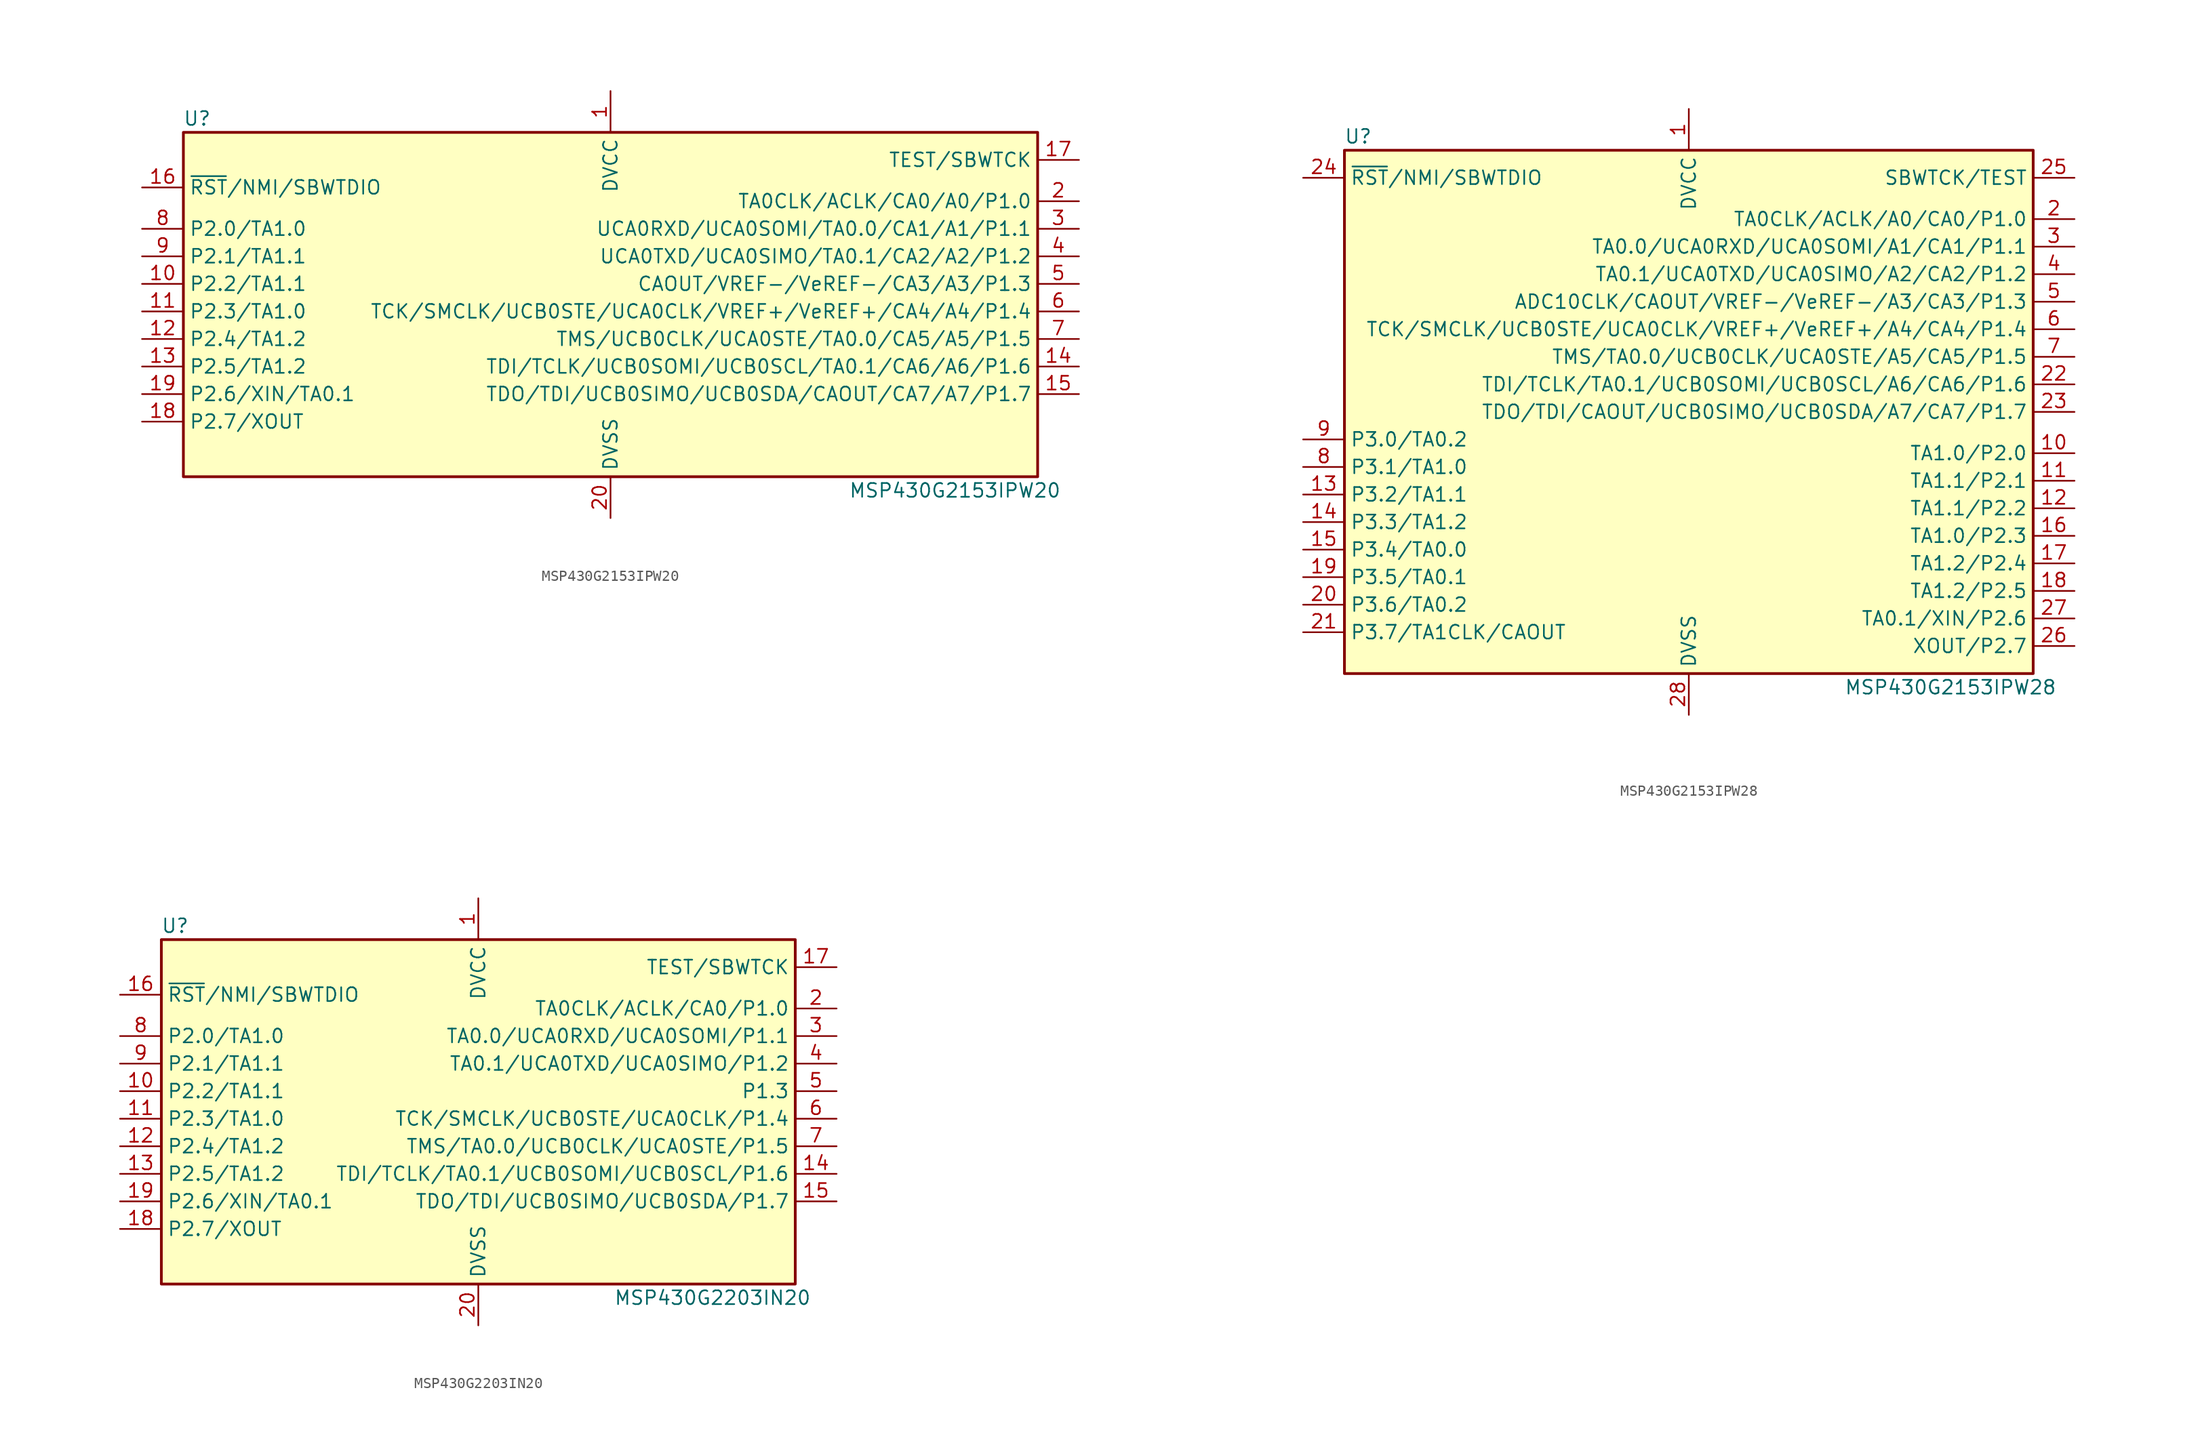
<source format=kicad_sym>
(kicad_symbol_lib
  (version 20201005)
  (generator kicad_symbol_editor)
  (symbol "MSP430G2153IPW20"
    (property "Reference" "U"
      (at -38.1 17.78 0)
      (effects (font (size 1.27 1.27))))
    (property "Value" "MSP430G2153IPW20"
      (at 31.75 -16.51 0)
      (effects (font (size 1.27 1.27))))
    (symbol "MSP430G2153IPW20_0_1"
      (rectangle (start -39.37 16.51) (end 39.37 -15.24) (stroke (width 0.254)) (fill (type background))))
    (symbol "MSP430G2153IPW20_1_1"
      (pin power_in line (at 0 20.32 270) (length 3.81) (name "DVCC" (effects (font (size 1.27 1.27)))) (number "1" (effects (font (size 1.27 1.27)))))
      (pin bidirectional line (at -43.18 2.54 0) (length 3.81) (name "P2.2/TA1.1" (effects (font (size 1.27 1.27)))) (number "10" (effects (font (size 1.27 1.27)))))
      (pin bidirectional line (at -43.18 0 0) (length 3.81) (name "P2.3/TA1.0" (effects (font (size 1.27 1.27)))) (number "11" (effects (font (size 1.27 1.27)))))
      (pin bidirectional line (at -43.18 -2.54 0) (length 3.81) (name "P2.4/TA1.2" (effects (font (size 1.27 1.27)))) (number "12" (effects (font (size 1.27 1.27)))))
      (pin bidirectional line (at -43.18 -5.08 0) (length 3.81) (name "P2.5/TA1.2" (effects (font (size 1.27 1.27)))) (number "13" (effects (font (size 1.27 1.27)))))
      (pin bidirectional line (at 43.18 -5.08 180) (length 3.81) (name "TDI/TCLK/UCB0SOMI/UCB0SCL/TA0.1/CA6/A6/P1.6" (effects (font (size 1.27 1.27)))) (number "14" (effects (font (size 1.27 1.27)))))
      (pin bidirectional line (at 43.18 -7.62 180) (length 3.81) (name "TDO/TDI/UCB0SIMO/UCB0SDA/CAOUT/CA7/A7/P1.7" (effects (font (size 1.27 1.27)))) (number "15" (effects (font (size 1.27 1.27)))))
      (pin input line (at -43.18 11.43 0) (length 3.81) (name "~RST~/NMI/SBWTDIO" (effects (font (size 1.27 1.27)))) (number "16" (effects (font (size 1.27 1.27)))))
      (pin input line (at 43.18 13.97 180) (length 3.81) (name "TEST/SBWTCK" (effects (font (size 1.27 1.27)))) (number "17" (effects (font (size 1.27 1.27)))))
      (pin bidirectional line (at -43.18 -10.16 0) (length 3.81) (name "P2.7/XOUT" (effects (font (size 1.27 1.27)))) (number "18" (effects (font (size 1.27 1.27)))))
      (pin bidirectional line (at -43.18 -7.62 0) (length 3.81) (name "P2.6/XIN/TA0.1" (effects (font (size 1.27 1.27)))) (number "19" (effects (font (size 1.27 1.27)))))
      (pin bidirectional line (at 43.18 10.16 180) (length 3.81) (name "TA0CLK/ACLK/CA0/A0/P1.0" (effects (font (size 1.27 1.27)))) (number "2" (effects (font (size 1.27 1.27)))))
      (pin power_in line (at 0 -19.05 90) (length 3.81) (name "DVSS" (effects (font (size 1.27 1.27)))) (number "20" (effects (font (size 1.27 1.27)))))
      (pin bidirectional line (at 43.18 7.62 180) (length 3.81) (name "UCA0RXD/UCA0SOMI/TA0.0/CA1/A1/P1.1" (effects (font (size 1.27 1.27)))) (number "3" (effects (font (size 1.27 1.27)))))
      (pin bidirectional line (at 43.18 5.08 180) (length 3.81) (name "UCA0TXD/UCA0SIMO/TA0.1/CA2/A2/P1.2" (effects (font (size 1.27 1.27)))) (number "4" (effects (font (size 1.27 1.27)))))
      (pin bidirectional line (at 43.18 2.54 180) (length 3.81) (name "CAOUT/VREF-/VeREF-/CA3/A3/P1.3" (effects (font (size 1.27 1.27)))) (number "5" (effects (font (size 1.27 1.27)))))
      (pin bidirectional line (at 43.18 0 180) (length 3.81) (name "TCK/SMCLK/UCB0STE/UCA0CLK/VREF+/VeREF+/CA4/A4/P1.4" (effects (font (size 1.27 1.27)))) (number "6" (effects (font (size 1.27 1.27)))))
      (pin bidirectional line (at 43.18 -2.54 180) (length 3.81) (name "TMS/UCB0CLK/UCA0STE/TA0.0/CA5/A5/P1.5" (effects (font (size 1.27 1.27)))) (number "7" (effects (font (size 1.27 1.27)))))
      (pin bidirectional line (at -43.18 7.62 0) (length 3.81) (name "P2.0/TA1.0" (effects (font (size 1.27 1.27)))) (number "8" (effects (font (size 1.27 1.27)))))
      (pin bidirectional line (at -43.18 5.08 0) (length 3.81) (name "P2.1/TA1.1" (effects (font (size 1.27 1.27)))) (number "9" (effects (font (size 1.27 1.27)))))))
  (symbol "MSP430G2153IPW28"
    (property "Reference" "U"
      (at -30.48 25.4 0)
      (effects (font (size 1.27 1.27))))
    (property "Value" "MSP430G2153IPW28"
      (at 24.13 -25.4 0)
      (effects (font (size 1.27 1.27))))
    (symbol "MSP430G2153IPW28_0_1"
      (rectangle (start -31.75 24.13) (end 31.75 -24.13) (stroke (width 0.254)) (fill (type background))))
    (symbol "MSP430G2153IPW28_1_1"
      (pin power_in line (at 0 27.94 270) (length 3.81) (name "DVCC" (effects (font (size 1.27 1.27)))) (number "1" (effects (font (size 1.27 1.27)))))
      (pin bidirectional line (at 35.56 -3.81 180) (length 3.81) (name "TA1.0/P2.0" (effects (font (size 1.27 1.27)))) (number "10" (effects (font (size 1.27 1.27)))))
      (pin bidirectional line (at 35.56 -6.35 180) (length 3.81) (name "TA1.1/P2.1" (effects (font (size 1.27 1.27)))) (number "11" (effects (font (size 1.27 1.27)))))
      (pin bidirectional line (at 35.56 -8.89 180) (length 3.81) (name "TA1.1/P2.2" (effects (font (size 1.27 1.27)))) (number "12" (effects (font (size 1.27 1.27)))))
      (pin bidirectional line (at -35.56 -7.62 0) (length 3.81) (name "P3.2/TA1.1" (effects (font (size 1.27 1.27)))) (number "13" (effects (font (size 1.27 1.27)))))
      (pin bidirectional line (at -35.56 -10.16 0) (length 3.81) (name "P3.3/TA1.2" (effects (font (size 1.27 1.27)))) (number "14" (effects (font (size 1.27 1.27)))))
      (pin bidirectional line (at -35.56 -12.7 0) (length 3.81) (name "P3.4/TA0.0" (effects (font (size 1.27 1.27)))) (number "15" (effects (font (size 1.27 1.27)))))
      (pin bidirectional line (at 35.56 -11.43 180) (length 3.81) (name "TA1.0/P2.3" (effects (font (size 1.27 1.27)))) (number "16" (effects (font (size 1.27 1.27)))))
      (pin bidirectional line (at 35.56 -13.97 180) (length 3.81) (name "TA1.2/P2.4" (effects (font (size 1.27 1.27)))) (number "17" (effects (font (size 1.27 1.27)))))
      (pin bidirectional line (at 35.56 -16.51 180) (length 3.81) (name "TA1.2/P2.5" (effects (font (size 1.27 1.27)))) (number "18" (effects (font (size 1.27 1.27)))))
      (pin bidirectional line (at -35.56 -15.24 0) (length 3.81) (name "P3.5/TA0.1" (effects (font (size 1.27 1.27)))) (number "19" (effects (font (size 1.27 1.27)))))
      (pin bidirectional line (at 35.56 17.78 180) (length 3.81) (name "TA0CLK/ACLK/A0/CA0/P1.0" (effects (font (size 1.27 1.27)))) (number "2" (effects (font (size 1.27 1.27)))))
      (pin bidirectional line (at -35.56 -17.78 0) (length 3.81) (name "P3.6/TA0.2" (effects (font (size 1.27 1.27)))) (number "20" (effects (font (size 1.27 1.27)))))
      (pin bidirectional line (at -35.56 -20.32 0) (length 3.81) (name "P3.7/TA1CLK/CAOUT" (effects (font (size 1.27 1.27)))) (number "21" (effects (font (size 1.27 1.27)))))
      (pin bidirectional line (at 35.56 2.54 180) (length 3.81) (name "TDI/TCLK/TA0.1/UCB0SOMI/UCB0SCL/A6/CA6/P1.6" (effects (font (size 1.27 1.27)))) (number "22" (effects (font (size 1.27 1.27)))))
      (pin bidirectional line (at 35.56 0 180) (length 3.81) (name "TDO/TDI/CAOUT/UCB0SIMO/UCB0SDA/A7/CA7/P1.7" (effects (font (size 1.27 1.27)))) (number "23" (effects (font (size 1.27 1.27)))))
      (pin input line (at -35.56 21.59 0) (length 3.81) (name "~RST~/NMI/SBWTDIO" (effects (font (size 1.27 1.27)))) (number "24" (effects (font (size 1.27 1.27)))))
      (pin input line (at 35.56 21.59 180) (length 3.81) (name "SBWTCK/TEST" (effects (font (size 1.27 1.27)))) (number "25" (effects (font (size 1.27 1.27)))))
      (pin bidirectional line (at 35.56 -21.59 180) (length 3.81) (name "XOUT/P2.7" (effects (font (size 1.27 1.27)))) (number "26" (effects (font (size 1.27 1.27)))))
      (pin bidirectional line (at 35.56 -19.05 180) (length 3.81) (name "TA0.1/XIN/P2.6" (effects (font (size 1.27 1.27)))) (number "27" (effects (font (size 1.27 1.27)))))
      (pin power_in line (at 0 -27.94 90) (length 3.81) (name "DVSS" (effects (font (size 1.27 1.27)))) (number "28" (effects (font (size 1.27 1.27)))))
      (pin bidirectional line (at 35.56 15.24 180) (length 3.81) (name "TA0.0/UCA0RXD/UCA0SOMI/A1/CA1/P1.1" (effects (font (size 1.27 1.27)))) (number "3" (effects (font (size 1.27 1.27)))))
      (pin bidirectional line (at 35.56 12.7 180) (length 3.81) (name "TA0.1/UCA0TXD/UCA0SIMO/A2/CA2/P1.2" (effects (font (size 1.27 1.27)))) (number "4" (effects (font (size 1.27 1.27)))))
      (pin bidirectional line (at 35.56 10.16 180) (length 3.81) (name "ADC10CLK/CAOUT/VREF-/VeREF-/A3/CA3/P1.3" (effects (font (size 1.27 1.27)))) (number "5" (effects (font (size 1.27 1.27)))))
      (pin bidirectional line (at 35.56 7.62 180) (length 3.81) (name "TCK/SMCLK/UCB0STE/UCA0CLK/VREF+/VeREF+/A4/CA4/P1.4" (effects (font (size 1.27 1.27)))) (number "6" (effects (font (size 1.27 1.27)))))
      (pin bidirectional line (at 35.56 5.08 180) (length 3.81) (name "TMS/TA0.0/UCB0CLK/UCA0STE/A5/CA5/P1.5" (effects (font (size 1.27 1.27)))) (number "7" (effects (font (size 1.27 1.27)))))
      (pin bidirectional line (at -35.56 -5.08 0) (length 3.81) (name "P3.1/TA1.0" (effects (font (size 1.27 1.27)))) (number "8" (effects (font (size 1.27 1.27)))))
      (pin bidirectional line (at -35.56 -2.54 0) (length 3.81) (name "P3.0/TA0.2" (effects (font (size 1.27 1.27)))) (number "9" (effects (font (size 1.27 1.27)))))))
  (symbol "MSP430G2203IN20"
    (property "Reference" "U"
      (at -27.94 17.78 0)
      (effects (font (size 1.27 1.27))))
    (property "Value" "MSP430G2203IN20"
      (at 21.59 -16.51 0)
      (effects (font (size 1.27 1.27))))
    (symbol "MSP430G2203IN20_0_1"
      (rectangle (start -29.21 16.51) (end 29.21 -15.24) (stroke (width 0.254)) (fill (type background))))
    (symbol "MSP430G2203IN20_1_1"
      (pin power_in line (at 0 20.32 270) (length 3.81) (name "DVCC" (effects (font (size 1.27 1.27)))) (number "1" (effects (font (size 1.27 1.27)))))
      (pin bidirectional line (at -33.02 2.54 0) (length 3.81) (name "P2.2/TA1.1" (effects (font (size 1.27 1.27)))) (number "10" (effects (font (size 1.27 1.27)))))
      (pin bidirectional line (at -33.02 0 0) (length 3.81) (name "P2.3/TA1.0" (effects (font (size 1.27 1.27)))) (number "11" (effects (font (size 1.27 1.27)))))
      (pin bidirectional line (at -33.02 -2.54 0) (length 3.81) (name "P2.4/TA1.2" (effects (font (size 1.27 1.27)))) (number "12" (effects (font (size 1.27 1.27)))))
      (pin bidirectional line (at -33.02 -5.08 0) (length 3.81) (name "P2.5/TA1.2" (effects (font (size 1.27 1.27)))) (number "13" (effects (font (size 1.27 1.27)))))
      (pin bidirectional line (at 33.02 -5.08 180) (length 3.81) (name "TDI/TCLK/TA0.1/UCB0SOMI/UCB0SCL/P1.6" (effects (font (size 1.27 1.27)))) (number "14" (effects (font (size 1.27 1.27)))))
      (pin bidirectional line (at 33.02 -7.62 180) (length 3.81) (name "TDO/TDI/UCB0SIMO/UCB0SDA/P1.7" (effects (font (size 1.27 1.27)))) (number "15" (effects (font (size 1.27 1.27)))))
      (pin input line (at -33.02 11.43 0) (length 3.81) (name "~RST~/NMI/SBWTDIO" (effects (font (size 1.27 1.27)))) (number "16" (effects (font (size 1.27 1.27)))))
      (pin input line (at 33.02 13.97 180) (length 3.81) (name "TEST/SBWTCK" (effects (font (size 1.27 1.27)))) (number "17" (effects (font (size 1.27 1.27)))))
      (pin bidirectional line (at -33.02 -10.16 0) (length 3.81) (name "P2.7/XOUT" (effects (font (size 1.27 1.27)))) (number "18" (effects (font (size 1.27 1.27)))))
      (pin bidirectional line (at -33.02 -7.62 0) (length 3.81) (name "P2.6/XIN/TA0.1" (effects (font (size 1.27 1.27)))) (number "19" (effects (font (size 1.27 1.27)))))
      (pin bidirectional line (at 33.02 10.16 180) (length 3.81) (name "TA0CLK/ACLK/CA0/P1.0" (effects (font (size 1.27 1.27)))) (number "2" (effects (font (size 1.27 1.27)))))
      (pin power_in line (at 0 -19.05 90) (length 3.81) (name "DVSS" (effects (font (size 1.27 1.27)))) (number "20" (effects (font (size 1.27 1.27)))))
      (pin bidirectional line (at 33.02 7.62 180) (length 3.81) (name "TA0.0/UCA0RXD/UCA0SOMI/P1.1" (effects (font (size 1.27 1.27)))) (number "3" (effects (font (size 1.27 1.27)))))
      (pin bidirectional line (at 33.02 5.08 180) (length 3.81) (name "TA0.1/UCA0TXD/UCA0SIMO/P1.2" (effects (font (size 1.27 1.27)))) (number "4" (effects (font (size 1.27 1.27)))))
      (pin bidirectional line (at 33.02 2.54 180) (length 3.81) (name "P1.3" (effects (font (size 1.27 1.27)))) (number "5" (effects (font (size 1.27 1.27)))))
      (pin bidirectional line (at 33.02 0 180) (length 3.81) (name "TCK/SMCLK/UCB0STE/UCA0CLK/P1.4" (effects (font (size 1.27 1.27)))) (number "6" (effects (font (size 1.27 1.27)))))
      (pin bidirectional line (at 33.02 -2.54 180) (length 3.81) (name "TMS/TA0.0/UCB0CLK/UCA0STE/P1.5" (effects (font (size 1.27 1.27)))) (number "7" (effects (font (size 1.27 1.27)))))
      (pin bidirectional line (at -33.02 7.62 0) (length 3.81) (name "P2.0/TA1.0" (effects (font (size 1.27 1.27)))) (number "8" (effects (font (size 1.27 1.27)))))
      (pin bidirectional line (at -33.02 5.08 0) (length 3.81) (name "P2.1/TA1.1" (effects (font (size 1.27 1.27)))) (number "9" (effects (font (size 1.27 1.27))))))))
</source>
